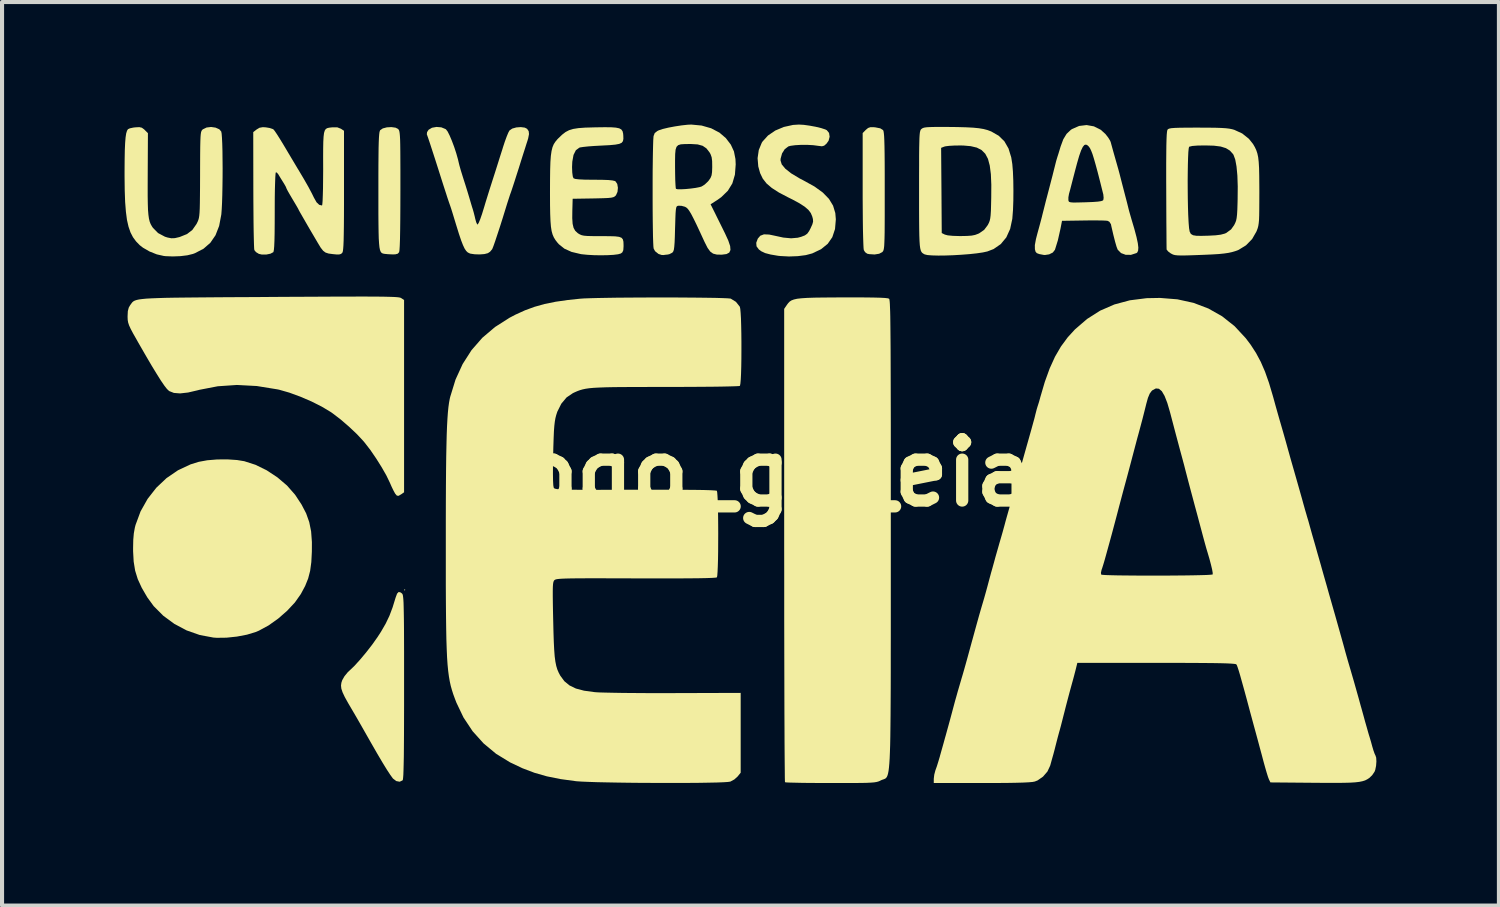
<source format=kicad_pcb>
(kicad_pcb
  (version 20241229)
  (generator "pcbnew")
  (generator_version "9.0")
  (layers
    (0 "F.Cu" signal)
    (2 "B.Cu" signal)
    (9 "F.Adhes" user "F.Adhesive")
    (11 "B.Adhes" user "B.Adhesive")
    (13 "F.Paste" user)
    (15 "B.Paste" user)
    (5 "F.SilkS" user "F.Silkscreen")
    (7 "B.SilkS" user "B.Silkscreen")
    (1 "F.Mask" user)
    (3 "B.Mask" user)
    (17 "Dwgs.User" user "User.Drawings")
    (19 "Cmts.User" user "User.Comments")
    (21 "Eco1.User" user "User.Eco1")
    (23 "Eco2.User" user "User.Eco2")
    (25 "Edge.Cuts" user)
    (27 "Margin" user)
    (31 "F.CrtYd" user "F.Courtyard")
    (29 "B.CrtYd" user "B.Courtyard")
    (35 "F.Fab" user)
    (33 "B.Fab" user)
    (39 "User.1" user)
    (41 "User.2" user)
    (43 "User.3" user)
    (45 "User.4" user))
  (footprint "logo_g2_eia"
    (layer "F.Cu")
    (at 15.581 8.527)
    (property "Reference" "logo_g2_eia" (at 0 0 0) (layer "F.SilkS") (effects (font (size 1.5 1.5) (thickness 0.3))))
    (attr board_only exclude_from_pos_files exclude_from_bom)
    (fp_poly (pts (xy -8.707 2.867) (xy -8.722 2.882) (xy -8.737 2.867) (xy -8.722 2.852)) (stroke (width 0) (type solid)) (fill yes) (layer "F.SilkS"))
    (fp_poly (pts (xy 2.765 -8.462) (xy 2.799 -8.459) (xy 2.922 -8.435) (xy 2.991 -8.392) (xy 2.992 -8.39) (xy 3.002 -8.366) (xy 3.01 -8.319) (xy 3.017 -8.246) (xy 3.022 -8.14) (xy 3.026 -7.999) (xy 3.029 -7.816) (xy 3.031 -7.589) (xy 3.032 -7.311) (xy 3.032 -6.979) (xy 3.032 -6.9) (xy 3.032 -6.569) (xy 3.032 -6.293) (xy 3.031 -6.067) (xy 3.03 -5.885) (xy 3.027 -5.742) (xy 3.023 -5.633) (xy 3.019 -5.553) (xy 3.012 -5.496) (xy 3.004 -5.457) (xy 2.994 -5.432) (xy 2.981 -5.414) (xy 2.972 -5.404) (xy 2.896 -5.364) (xy 2.784 -5.346) (xy 2.656 -5.354) (xy 2.603 -5.365) (xy 2.552 -5.402) (xy 2.52 -5.454) (xy 2.514 -5.5) (xy 2.509 -5.6) (xy 2.504 -5.75) (xy 2.499 -5.943) (xy 2.496 -6.174) (xy 2.494 -6.438) (xy 2.492 -6.729) (xy 2.492 -6.924) (xy 2.492 -8.319) (xy 2.569 -8.397) (xy 2.624 -8.443) (xy 2.681 -8.463)) (stroke (width 0) (type solid)) (fill yes) (layer "F.SilkS"))
    (fp_poly (pts (xy -8.946 -8.451) (xy -8.886 -8.421) (xy -8.873 -8.407) (xy -8.861 -8.388) (xy -8.852 -8.358) (xy -8.845 -8.314) (xy -8.839 -8.249) (xy -8.834 -8.158) (xy -8.831 -8.037) (xy -8.829 -7.879) (xy -8.828 -7.681) (xy -8.827 -7.436) (xy -8.827 -7.139) (xy -8.827 -6.914) (xy -8.828 -6.535) (xy -8.83 -6.208) (xy -8.833 -5.935) (xy -8.837 -5.717) (xy -8.843 -5.554) (xy -8.85 -5.449) (xy -8.858 -5.402) (xy -8.858 -5.402) (xy -8.892 -5.365) (xy -8.953 -5.349) (xy -9.031 -5.348) (xy -9.131 -5.353) (xy -9.214 -5.361) (xy -9.236 -5.365) (xy -9.265 -5.373) (xy -9.29 -5.388) (xy -9.31 -5.414) (xy -9.327 -5.458) (xy -9.34 -5.523) (xy -9.349 -5.614) (xy -9.357 -5.737) (xy -9.361 -5.896) (xy -9.364 -6.096) (xy -9.366 -6.342) (xy -9.366 -6.64) (xy -9.366 -6.929) (xy -9.366 -7.264) (xy -9.365 -7.544) (xy -9.363 -7.773) (xy -9.361 -7.957) (xy -9.357 -8.101) (xy -9.352 -8.21) (xy -9.346 -8.289) (xy -9.339 -8.342) (xy -9.329 -8.375) (xy -9.322 -8.389) (xy -9.258 -8.433) (xy -9.158 -8.459) (xy -9.047 -8.465)) (stroke (width 0) (type solid)) (fill yes) (layer "F.SilkS"))
    (fp_poly (pts (xy -12.826 -0.313) (xy -12.649 -0.284) (xy -12.375 -0.196) (xy -12.1 -0.061) (xy -11.838 0.112) (xy -11.604 0.311) (xy -11.413 0.528) (xy -11.398 0.548) (xy -11.247 0.778) (xy -11.135 0.993) (xy -11.059 1.207) (xy -11.013 1.436) (xy -10.994 1.695) (xy -10.995 1.93) (xy -11.008 2.186) (xy -11.037 2.4) (xy -11.086 2.589) (xy -11.159 2.77) (xy -11.261 2.961) (xy -11.264 2.967) (xy -11.41 3.174) (xy -11.601 3.379) (xy -11.821 3.571) (xy -12.055 3.737) (xy -12.291 3.865) (xy -12.37 3.898) (xy -12.583 3.963) (xy -12.829 4.01) (xy -13.084 4.037) (xy -13.322 4.04) (xy -13.406 4.034) (xy -13.739 3.972) (xy -14.061 3.859) (xy -14.362 3.699) (xy -14.634 3.499) (xy -14.868 3.264) (xy -15.026 3.047) (xy -15.161 2.814) (xy -15.258 2.603) (xy -15.322 2.396) (xy -15.358 2.174) (xy -15.372 1.919) (xy -15.372 1.842) (xy -15.368 1.641) (xy -15.354 1.481) (xy -15.329 1.342) (xy -15.312 1.276) (xy -15.189 0.944) (xy -15.017 0.639) (xy -14.804 0.366) (xy -14.554 0.13) (xy -14.273 -0.062) (xy -13.966 -0.206) (xy -13.764 -0.269) (xy -13.556 -0.307) (xy -13.315 -0.327) (xy -13.063 -0.329)) (stroke (width 0) (type solid)) (fill yes) (layer "F.SilkS"))
    (fp_poly (pts (xy -8.818 2.931) (xy -8.784 2.959) (xy -8.775 2.973) (xy -8.767 2.998) (xy -8.761 3.038) (xy -8.755 3.097) (xy -8.75 3.179) (xy -8.747 3.289) (xy -8.744 3.429) (xy -8.741 3.605) (xy -8.739 3.819) (xy -8.738 4.077) (xy -8.737 4.382) (xy -8.737 4.738) (xy -8.737 5.15) (xy -8.737 5.25) (xy -8.737 5.696) (xy -8.738 6.085) (xy -8.739 6.421) (xy -8.741 6.705) (xy -8.743 6.942) (xy -8.747 7.134) (xy -8.751 7.284) (xy -8.755 7.396) (xy -8.761 7.472) (xy -8.767 7.516) (xy -8.773 7.53) (xy -8.844 7.564) (xy -8.928 7.548) (xy -9.009 7.486) (xy -9.012 7.482) (xy -9.072 7.4) (xy -9.156 7.272) (xy -9.264 7.096) (xy -9.397 6.871) (xy -9.556 6.594) (xy -9.635 6.455) (xy -9.729 6.29) (xy -9.82 6.13) (xy -9.901 5.989) (xy -9.966 5.878) (xy -9.997 5.825) (xy -10.108 5.636) (xy -10.189 5.49) (xy -10.243 5.375) (xy -10.273 5.285) (xy -10.281 5.209) (xy -10.272 5.14) (xy -10.251 5.077) (xy -10.197 4.982) (xy -10.118 4.885) (xy -10.079 4.848) (xy -9.957 4.732) (xy -9.816 4.577) (xy -9.666 4.398) (xy -9.519 4.209) (xy -9.386 4.021) (xy -9.303 3.893) (xy -9.188 3.694) (xy -9.096 3.502) (xy -9.018 3.295) (xy -8.944 3.055) (xy -8.908 2.958) (xy -8.868 2.917)) (stroke (width 0) (type solid)) (fill yes) (layer "F.SilkS"))
    (fp_poly (pts (xy 1.051 -8.52) (xy 1.194 -8.5) (xy 1.341 -8.473) (xy 1.474 -8.441) (xy 1.576 -8.408) (xy 1.614 -8.389) (xy 1.669 -8.321) (xy 1.683 -8.229) (xy 1.657 -8.13) (xy 1.605 -8.058) (xy 1.549 -8.01) (xy 1.494 -7.995) (xy 1.412 -8.005) (xy 1.403 -8.006) (xy 1.282 -8.022) (xy 1.137 -8.03) (xy 0.984 -8.03) (xy 0.842 -8.022) (xy 0.728 -8.007) (xy 0.673 -7.992) (xy 0.585 -7.926) (xy 0.518 -7.82) (xy 0.483 -7.693) (xy 0.48 -7.65) (xy 0.51 -7.552) (xy 0.598 -7.446) (xy 0.742 -7.332) (xy 0.943 -7.211) (xy 1.052 -7.154) (xy 1.312 -7.01) (xy 1.515 -6.863) (xy 1.666 -6.708) (xy 1.767 -6.542) (xy 1.822 -6.36) (xy 1.835 -6.206) (xy 1.815 -5.969) (xy 1.749 -5.77) (xy 1.636 -5.607) (xy 1.473 -5.475) (xy 1.257 -5.372) (xy 1.099 -5.33) (xy 0.903 -5.305) (xy 0.689 -5.297) (xy 0.477 -5.308) (xy 0.42 -5.314) (xy 0.238 -5.345) (xy 0.104 -5.38) (xy 0.007 -5.426) (xy -0.05 -5.469) (xy -0.107 -5.546) (xy -0.114 -5.632) (xy -0.076 -5.734) (xy -0.015 -5.805) (xy 0.075 -5.839) (xy 0.202 -5.834) (xy 0.317 -5.81) (xy 0.548 -5.76) (xy 0.739 -5.742) (xy 0.902 -5.756) (xy 0.985 -5.778) (xy 1.076 -5.813) (xy 1.135 -5.855) (xy 1.183 -5.923) (xy 1.217 -5.989) (xy 1.26 -6.084) (xy 1.278 -6.15) (xy 1.274 -6.213) (xy 1.258 -6.274) (xy 1.222 -6.36) (xy 1.163 -6.438) (xy 1.074 -6.515) (xy 0.948 -6.597) (xy 0.777 -6.69) (xy 0.664 -6.746) (xy 0.441 -6.863) (xy 0.269 -6.973) (xy 0.139 -7.084) (xy 0.046 -7.203) (xy -0.019 -7.338) (xy -0.063 -7.497) (xy -0.064 -7.499) (xy -0.081 -7.704) (xy -0.052 -7.903) (xy 0.02 -8.079) (xy 0.04 -8.111) (xy 0.174 -8.259) (xy 0.351 -8.38) (xy 0.56 -8.468) (xy 0.787 -8.518) (xy 0.931 -8.527)) (stroke (width 0) (type solid)) (fill yes) (layer "F.SilkS"))
    (fp_poly (pts (xy -9.545 -4.315) (xy -9.362 -4.314) (xy -9.213 -4.312) (xy -9.093 -4.309) (xy -8.999 -4.306) (xy -8.928 -4.302) (xy -8.877 -4.297) (xy -8.841 -4.291) (xy -8.818 -4.284) (xy -8.808 -4.278) (xy -8.737 -4.232) (xy -8.737 -1.877) (xy -8.737 0.477) (xy -8.804 0.524) (xy -8.87 0.563) (xy -8.913 0.559) (xy -8.955 0.51) (xy -8.959 0.503) (xy -8.993 0.441) (xy -9.04 0.345) (xy -9.086 0.24) (xy -9.171 0.064) (xy -9.287 -0.139) (xy -9.421 -0.352) (xy -9.562 -0.558) (xy -9.701 -0.738) (xy -9.737 -0.781) (xy -9.895 -0.95) (xy -10.087 -1.131) (xy -10.29 -1.306) (xy -10.486 -1.456) (xy -10.538 -1.492) (xy -10.752 -1.62) (xy -11.004 -1.747) (xy -11.276 -1.864) (xy -11.546 -1.963) (xy -11.794 -2.034) (xy -11.837 -2.043) (xy -12.343 -2.125) (xy -12.83 -2.151) (xy -13.299 -2.119) (xy -13.749 -2.032) (xy -13.786 -2.022) (xy -14.026 -1.966) (xy -14.221 -1.944) (xy -14.373 -1.956) (xy -14.487 -2.001) (xy -14.496 -2.008) (xy -14.543 -2.053) (xy -14.607 -2.135) (xy -14.69 -2.256) (xy -14.793 -2.42) (xy -14.92 -2.628) (xy -15.07 -2.884) (xy -15.246 -3.19) (xy -15.284 -3.258) (xy -15.371 -3.411) (xy -15.431 -3.524) (xy -15.47 -3.609) (xy -15.493 -3.678) (xy -15.504 -3.742) (xy -15.507 -3.814) (xy -15.507 -3.833) (xy -15.501 -3.959) (xy -15.478 -4.046) (xy -15.445 -4.103) (xy -15.424 -4.132) (xy -15.406 -4.157) (xy -15.387 -4.18) (xy -15.362 -4.2) (xy -15.33 -4.217) (xy -15.285 -4.232) (xy -15.226 -4.245) (xy -15.148 -4.255) (xy -15.048 -4.265) (xy -14.922 -4.272) (xy -14.768 -4.278) (xy -14.582 -4.284) (xy -14.359 -4.288) (xy -14.098 -4.291) (xy -13.794 -4.294) (xy -13.444 -4.297) (xy -13.045 -4.3) (xy -12.593 -4.302) (xy -12.085 -4.305) (xy -12.028 -4.306) (xy -11.52 -4.309) (xy -11.069 -4.311) (xy -10.671 -4.313) (xy -10.323 -4.315) (xy -10.022 -4.315) (xy -9.763 -4.316)) (stroke (width 0) (type solid)) (fill yes) (layer "F.SilkS"))
    (fp_poly (pts (xy -13.353 -8.452) (xy -13.262 -8.412) (xy -13.214 -8.357) (xy -13.204 -8.305) (xy -13.196 -8.201) (xy -13.189 -8.056) (xy -13.184 -7.877) (xy -13.182 -7.675) (xy -13.18 -7.457) (xy -13.181 -7.233) (xy -13.184 -7.012) (xy -13.188 -6.802) (xy -13.194 -6.614) (xy -13.202 -6.455) (xy -13.211 -6.334) (xy -13.213 -6.32) (xy -13.265 -6.045) (xy -13.354 -5.817) (xy -13.48 -5.633) (xy -13.647 -5.487) (xy -13.857 -5.378) (xy -13.908 -5.359) (xy -14.043 -5.326) (xy -14.215 -5.305) (xy -14.401 -5.298) (xy -14.58 -5.305) (xy -14.622 -5.31) (xy -14.793 -5.349) (xy -14.971 -5.42) (xy -15.13 -5.512) (xy -15.21 -5.574) (xy -15.3 -5.667) (xy -15.375 -5.769) (xy -15.436 -5.887) (xy -15.484 -6.026) (xy -15.522 -6.192) (xy -15.548 -6.392) (xy -15.567 -6.631) (xy -15.577 -6.916) (xy -15.581 -7.252) (xy -15.581 -7.386) (xy -15.579 -7.669) (xy -15.575 -7.898) (xy -15.567 -8.077) (xy -15.556 -8.213) (xy -15.541 -8.311) (xy -15.521 -8.376) (xy -15.498 -8.413) (xy -15.451 -8.435) (xy -15.367 -8.453) (xy -15.316 -8.459) (xy -15.22 -8.464) (xy -15.158 -8.45) (xy -15.103 -8.41) (xy -15.088 -8.395) (xy -15.009 -8.317) (xy -15.014 -7.315) (xy -15.015 -7.022) (xy -15.015 -6.783) (xy -15.012 -6.59) (xy -15.007 -6.437) (xy -14.997 -6.318) (xy -14.984 -6.225) (xy -14.966 -6.151) (xy -14.943 -6.092) (xy -14.913 -6.038) (xy -14.886 -5.998) (xy -14.76 -5.87) (xy -14.592 -5.781) (xy -14.528 -5.761) (xy -14.436 -5.743) (xy -14.35 -5.746) (xy -14.242 -5.771) (xy -14.226 -5.776) (xy -14.052 -5.846) (xy -13.921 -5.947) (xy -13.821 -6.09) (xy -13.807 -6.117) (xy -13.788 -6.156) (xy -13.773 -6.195) (xy -13.761 -6.239) (xy -13.752 -6.295) (xy -13.745 -6.371) (xy -13.74 -6.472) (xy -13.737 -6.606) (xy -13.735 -6.779) (xy -13.733 -6.998) (xy -13.732 -7.269) (xy -13.732 -7.309) (xy -13.731 -7.587) (xy -13.73 -7.812) (xy -13.728 -7.989) (xy -13.725 -8.124) (xy -13.721 -8.224) (xy -13.715 -8.294) (xy -13.707 -8.342) (xy -13.696 -8.373) (xy -13.683 -8.393) (xy -13.666 -8.409) (xy -13.661 -8.412) (xy -13.572 -8.455) (xy -13.462 -8.468)) (stroke (width 0) (type solid)) (fill yes) (layer "F.SilkS"))
    (fp_poly (pts (xy 2.576 -4.294) (xy 2.776 -4.291) (xy 2.929 -4.287) (xy 3.037 -4.281) (xy 3.106 -4.273) (xy 3.138 -4.263) (xy 3.139 -4.262) (xy 3.145 -4.251) (xy 3.149 -4.228) (xy 3.154 -4.188) (xy 3.158 -4.13) (xy 3.161 -4.052) (xy 3.165 -3.951) (xy 3.168 -3.824) (xy 3.17 -3.67) (xy 3.172 -3.485) (xy 3.174 -3.267) (xy 3.176 -3.015) (xy 3.177 -2.725) (xy 3.178 -2.395) (xy 3.179 -2.023) (xy 3.18 -1.606) (xy 3.181 -1.142) (xy 3.181 -0.628) (xy 3.181 -0.063) (xy 3.181 0.557) (xy 3.181 1.234) (xy 3.181 1.482) (xy 3.181 2.185) (xy 3.181 2.831) (xy 3.181 3.421) (xy 3.181 3.959) (xy 3.18 4.447) (xy 3.18 4.887) (xy 3.179 5.282) (xy 3.177 5.634) (xy 3.175 5.946) (xy 3.172 6.221) (xy 3.169 6.46) (xy 3.165 6.667) (xy 3.159 6.843) (xy 3.153 6.992) (xy 3.145 7.115) (xy 3.136 7.216) (xy 3.126 7.297) (xy 3.114 7.36) (xy 3.101 7.407) (xy 3.086 7.442) (xy 3.069 7.467) (xy 3.051 7.484) (xy 3.03 7.495) (xy 3.008 7.504) (xy 2.983 7.512) (xy 2.956 7.522) (xy 2.943 7.528) (xy 2.907 7.546) (xy 2.871 7.56) (xy 2.827 7.571) (xy 2.771 7.58) (xy 2.695 7.586) (xy 2.594 7.591) (xy 2.46 7.594) (xy 2.287 7.595) (xy 2.068 7.596) (xy 1.798 7.596) (xy 1.71 7.596) (xy 1.459 7.595) (xy 1.227 7.594) (xy 1.02 7.592) (xy 0.847 7.588) (xy 0.713 7.585) (xy 0.625 7.581) (xy 0.591 7.576) (xy 0.59 7.576) (xy 0.588 7.544) (xy 0.586 7.456) (xy 0.585 7.313) (xy 0.583 7.118) (xy 0.581 6.876) (xy 0.579 6.588) (xy 0.578 6.257) (xy 0.576 5.886) (xy 0.575 5.479) (xy 0.574 5.038) (xy 0.573 4.566) (xy 0.572 4.066) (xy 0.571 3.541) (xy 0.571 2.993) (xy 0.571 2.426) (xy 0.57 1.843) (xy 0.57 1.771) (xy 0.57 -4.014) (xy 0.638 -4.114) (xy 0.67 -4.157) (xy 0.705 -4.193) (xy 0.75 -4.222) (xy 0.809 -4.244) (xy 0.889 -4.262) (xy 0.996 -4.274) (xy 1.135 -4.283) (xy 1.313 -4.289) (xy 1.536 -4.292) (xy 1.809 -4.294) (xy 2.015 -4.295) (xy 2.323 -4.295)) (stroke (width 0) (type solid)) (fill yes) (layer "F.SilkS"))
    (fp_poly (pts (xy 4.539 -8.469) (xy 4.807 -8.466) (xy 5.024 -8.46) (xy 5.199 -8.451) (xy 5.338 -8.437) (xy 5.452 -8.418) (xy 5.547 -8.393) (xy 5.634 -8.36) (xy 5.642 -8.357) (xy 5.823 -8.253) (xy 5.962 -8.117) (xy 6.063 -7.941) (xy 6.13 -7.723) (xy 6.156 -7.559) (xy 6.171 -7.376) (xy 6.18 -7.154) (xy 6.183 -6.91) (xy 6.181 -6.664) (xy 6.173 -6.437) (xy 6.158 -6.246) (xy 6.156 -6.219) (xy 6.103 -5.971) (xy 6.009 -5.764) (xy 5.873 -5.6) (xy 5.698 -5.479) (xy 5.545 -5.42) (xy 5.435 -5.396) (xy 5.286 -5.374) (xy 5.11 -5.355) (xy 4.916 -5.34) (xy 4.717 -5.328) (xy 4.523 -5.321) (xy 4.344 -5.319) (xy 4.192 -5.323) (xy 4.077 -5.332) (xy 4.01 -5.348) (xy 4.008 -5.349) (xy 3.978 -5.366) (xy 3.952 -5.384) (xy 3.931 -5.409) (xy 3.914 -5.446) (xy 3.901 -5.499) (xy 3.891 -5.574) (xy 3.884 -5.676) (xy 3.879 -5.811) (xy 3.876 -5.982) (xy 3.874 -6.196) (xy 3.873 -6.458) (xy 3.873 -6.773) (xy 3.873 -6.922) (xy 3.873 -7.254) (xy 3.874 -7.531) (xy 3.874 -7.759) (xy 3.876 -7.942) (xy 3.876 -7.957) (xy 4.413 -7.957) (xy 4.421 -6.914) (xy 4.428 -5.871) (xy 4.504 -5.833) (xy 4.576 -5.814) (xy 4.7 -5.802) (xy 4.865 -5.797) (xy 4.894 -5.797) (xy 5.049 -5.8) (xy 5.16 -5.808) (xy 5.245 -5.825) (xy 5.32 -5.853) (xy 5.344 -5.864) (xy 5.467 -5.949) (xy 5.554 -6.065) (xy 5.581 -6.117) (xy 5.601 -6.167) (xy 5.615 -6.227) (xy 5.625 -6.306) (xy 5.632 -6.415) (xy 5.636 -6.565) (xy 5.64 -6.74) (xy 5.642 -7.054) (xy 5.631 -7.313) (xy 5.604 -7.522) (xy 5.56 -7.687) (xy 5.494 -7.812) (xy 5.403 -7.903) (xy 5.286 -7.963) (xy 5.138 -7.998) (xy 4.958 -8.014) (xy 4.873 -8.015) (xy 4.735 -8.013) (xy 4.612 -8.006) (xy 4.522 -7.995) (xy 4.49 -7.987) (xy 4.413 -7.957) (xy 3.876 -7.957) (xy 3.879 -8.086) (xy 3.882 -8.196) (xy 3.887 -8.276) (xy 3.893 -8.333) (xy 3.902 -8.371) (xy 3.911 -8.396) (xy 3.924 -8.413) (xy 3.931 -8.419) (xy 3.958 -8.438) (xy 3.997 -8.452) (xy 4.058 -8.461) (xy 4.148 -8.466) (xy 4.278 -8.469) (xy 4.455 -8.469)) (stroke (width 0) (type solid)) (fill yes) (layer "F.SilkS"))
    (fp_poly (pts (xy -7.825 -8.459) (xy -7.724 -8.418) (xy -7.71 -8.408) (xy -7.67 -8.356) (xy -7.621 -8.258) (xy -7.566 -8.128) (xy -7.51 -7.979) (xy -7.459 -7.823) (xy -7.417 -7.674) (xy -7.399 -7.596) (xy -7.381 -7.523) (xy -7.349 -7.41) (xy -7.308 -7.277) (xy -7.281 -7.191) (xy -7.233 -7.041) (xy -7.186 -6.89) (xy -7.147 -6.76) (xy -7.132 -6.71) (xy -7.1 -6.601) (xy -7.071 -6.504) (xy -7.055 -6.455) (xy -7.034 -6.382) (xy -7.008 -6.28) (xy -6.995 -6.222) (xy -6.972 -6.138) (xy -6.949 -6.087) (xy -6.937 -6.079) (xy -6.911 -6.118) (xy -6.873 -6.208) (xy -6.828 -6.338) (xy -6.778 -6.5) (xy -6.769 -6.53) (xy -6.741 -6.624) (xy -6.699 -6.759) (xy -6.649 -6.92) (xy -6.594 -7.092) (xy -6.572 -7.161) (xy -6.51 -7.354) (xy -6.444 -7.563) (xy -6.38 -7.766) (xy -6.325 -7.938) (xy -6.317 -7.966) (xy -6.27 -8.109) (xy -6.224 -8.235) (xy -6.184 -8.331) (xy -6.155 -8.383) (xy -6.088 -8.429) (xy -5.988 -8.457) (xy -5.879 -8.465) (xy -5.781 -8.452) (xy -5.725 -8.423) (xy -5.686 -8.366) (xy -5.678 -8.294) (xy -5.698 -8.19) (xy -5.716 -8.13) (xy -5.739 -8.06) (xy -5.775 -7.945) (xy -5.823 -7.796) (xy -5.877 -7.625) (xy -5.928 -7.461) (xy -5.984 -7.287) (xy -6.034 -7.13) (xy -6.077 -6.999) (xy -6.108 -6.906) (xy -6.124 -6.86) (xy -6.143 -6.808) (xy -6.174 -6.712) (xy -6.214 -6.589) (xy -6.246 -6.485) (xy -6.32 -6.245) (xy -6.39 -6.024) (xy -6.454 -5.83) (xy -6.507 -5.67) (xy -6.549 -5.551) (xy -6.577 -5.481) (xy -6.58 -5.475) (xy -6.632 -5.413) (xy -6.685 -5.378) (xy -6.769 -5.356) (xy -6.886 -5.347) (xy -7.009 -5.351) (xy -7.111 -5.366) (xy -7.136 -5.375) (xy -7.179 -5.397) (xy -7.217 -5.434) (xy -7.255 -5.491) (xy -7.295 -5.576) (xy -7.341 -5.694) (xy -7.394 -5.852) (xy -7.458 -6.058) (xy -7.506 -6.215) (xy -7.547 -6.35) (xy -7.584 -6.468) (xy -7.613 -6.554) (xy -7.626 -6.59) (xy -7.642 -6.637) (xy -7.674 -6.731) (xy -7.716 -6.862) (xy -7.767 -7.019) (xy -7.822 -7.191) (xy -7.903 -7.446) (xy -7.978 -7.681) (xy -8.045 -7.887) (xy -8.101 -8.06) (xy -8.145 -8.191) (xy -8.174 -8.273) (xy -8.18 -8.288) (xy -8.174 -8.342) (xy -8.136 -8.4) (xy -8.054 -8.449) (xy -7.943 -8.469)) (stroke (width 0) (type solid)) (fill yes) (layer "F.SilkS"))
    (fp_poly (pts (xy -3.671 -8.461) (xy -3.551 -8.452) (xy -3.469 -8.435) (xy -3.417 -8.406) (xy -3.387 -8.363) (xy -3.373 -8.304) (xy -3.369 -8.253) (xy -3.367 -8.177) (xy -3.378 -8.121) (xy -3.409 -8.081) (xy -3.468 -8.054) (xy -3.564 -8.036) (xy -3.703 -8.023) (xy -3.894 -8.013) (xy -3.914 -8.012) (xy -4.08 -8.003) (xy -4.229 -7.992) (xy -4.35 -7.979) (xy -4.428 -7.967) (xy -4.446 -7.961) (xy -4.531 -7.898) (xy -4.588 -7.784) (xy -4.618 -7.618) (xy -4.624 -7.485) (xy -4.619 -7.352) (xy -4.606 -7.256) (xy -4.588 -7.212) (xy -4.546 -7.196) (xy -4.454 -7.185) (xy -4.31 -7.178) (xy -4.11 -7.176) (xy -4.083 -7.176) (xy -3.883 -7.174) (xy -3.736 -7.169) (xy -3.636 -7.159) (xy -3.576 -7.145) (xy -3.56 -7.136) (xy -3.517 -7.072) (xy -3.501 -6.979) (xy -3.511 -6.879) (xy -3.548 -6.797) (xy -3.555 -6.789) (xy -3.58 -6.766) (xy -3.613 -6.749) (xy -3.664 -6.737) (xy -3.743 -6.729) (xy -3.858 -6.724) (xy -4.019 -6.72) (xy -4.11 -6.718) (xy -4.609 -6.71) (xy -4.617 -6.418) (xy -4.619 -6.233) (xy -4.61 -6.097) (xy -4.587 -5.999) (xy -4.548 -5.928) (xy -4.489 -5.872) (xy -4.475 -5.862) (xy -4.433 -5.837) (xy -4.388 -5.818) (xy -4.331 -5.806) (xy -4.249 -5.799) (xy -4.132 -5.796) (xy -3.97 -5.795) (xy -3.9 -5.795) (xy -3.708 -5.794) (xy -3.569 -5.79) (xy -3.473 -5.778) (xy -3.413 -5.755) (xy -3.38 -5.716) (xy -3.366 -5.659) (xy -3.363 -5.578) (xy -3.363 -5.542) (xy -3.369 -5.451) (xy -3.393 -5.398) (xy -3.43 -5.37) (xy -3.497 -5.351) (xy -3.609 -5.337) (xy -3.755 -5.329) (xy -3.919 -5.326) (xy -4.088 -5.329) (xy -4.249 -5.338) (xy -4.388 -5.352) (xy -4.413 -5.356) (xy -4.636 -5.409) (xy -4.811 -5.488) (xy -4.947 -5.597) (xy -4.979 -5.633) (xy -5.029 -5.697) (xy -5.069 -5.762) (xy -5.1 -5.833) (xy -5.124 -5.919) (xy -5.141 -6.027) (xy -5.152 -6.163) (xy -5.159 -6.336) (xy -5.163 -6.552) (xy -5.164 -6.82) (xy -5.164 -6.898) (xy -5.163 -7.186) (xy -5.16 -7.422) (xy -5.154 -7.611) (xy -5.143 -7.761) (xy -5.126 -7.879) (xy -5.103 -7.972) (xy -5.072 -8.046) (xy -5.031 -8.109) (xy -4.981 -8.169) (xy -4.953 -8.197) (xy -4.865 -8.281) (xy -4.783 -8.344) (xy -4.697 -8.389) (xy -4.595 -8.42) (xy -4.467 -8.44) (xy -4.303 -8.452) (xy -4.091 -8.458) (xy -4.053 -8.459) (xy -3.836 -8.462)) (stroke (width 0) (type solid)) (fill yes) (layer "F.SilkS"))
    (fp_poly (pts (xy -12.123 -8.459) (xy -12.028 -8.443) (xy -11.953 -8.418) (xy -11.934 -8.407) (xy -11.902 -8.367) (xy -11.848 -8.287) (xy -11.777 -8.175) (xy -11.697 -8.044) (xy -11.673 -8.004) (xy -11.581 -7.849) (xy -11.487 -7.691) (xy -11.401 -7.547) (xy -11.335 -7.436) (xy -11.331 -7.431) (xy -11.192 -7.197) (xy -11.081 -7.003) (xy -10.995 -6.841) (xy -10.944 -6.737) (xy -10.88 -6.624) (xy -10.815 -6.562) (xy -10.746 -6.545) (xy -10.739 -6.574) (xy -10.732 -6.658) (xy -10.727 -6.789) (xy -10.722 -6.964) (xy -10.72 -7.176) (xy -10.718 -7.419) (xy -10.718 -7.457) (xy -10.719 -7.725) (xy -10.718 -7.939) (xy -10.715 -8.105) (xy -10.708 -8.23) (xy -10.697 -8.32) (xy -10.679 -8.38) (xy -10.654 -8.418) (xy -10.619 -8.439) (xy -10.574 -8.45) (xy -10.517 -8.457) (xy -10.494 -8.459) (xy -10.372 -8.459) (xy -10.284 -8.425) (xy -10.208 -8.375) (xy -10.208 -6.91) (xy -10.208 -6.564) (xy -10.209 -6.272) (xy -10.211 -6.031) (xy -10.214 -5.837) (xy -10.217 -5.684) (xy -10.222 -5.569) (xy -10.228 -5.486) (xy -10.235 -5.43) (xy -10.244 -5.398) (xy -10.249 -5.39) (xy -10.279 -5.36) (xy -10.324 -5.347) (xy -10.401 -5.347) (xy -10.481 -5.355) (xy -10.586 -5.369) (xy -10.66 -5.393) (xy -10.719 -5.437) (xy -10.778 -5.512) (xy -10.849 -5.629) (xy -10.96 -5.818) (xy -11.063 -5.993) (xy -11.153 -6.149) (xy -11.228 -6.279) (xy -11.283 -6.375) (xy -11.314 -6.431) (xy -11.319 -6.442) (xy -11.333 -6.47) (xy -11.372 -6.538) (xy -11.429 -6.634) (xy -11.469 -6.701) (xy -11.533 -6.81) (xy -11.584 -6.899) (xy -11.614 -6.957) (xy -11.619 -6.971) (xy -11.634 -7.007) (xy -11.672 -7.074) (xy -11.702 -7.122) (xy -11.757 -7.21) (xy -11.803 -7.286) (xy -11.818 -7.311) (xy -11.853 -7.352) (xy -11.878 -7.356) (xy -11.884 -7.323) (xy -11.89 -7.238) (xy -11.895 -7.107) (xy -11.9 -6.937) (xy -11.903 -6.736) (xy -11.904 -6.511) (xy -11.904 -6.389) (xy -11.905 -6.097) (xy -11.907 -5.862) (xy -11.911 -5.679) (xy -11.917 -5.546) (xy -11.925 -5.457) (xy -11.935 -5.41) (xy -11.939 -5.402) (xy -12.009 -5.365) (xy -12.112 -5.344) (xy -12.219 -5.344) (xy -12.293 -5.361) (xy -12.363 -5.404) (xy -12.403 -5.453) (xy -12.408 -5.494) (xy -12.412 -5.588) (xy -12.416 -5.731) (xy -12.42 -5.914) (xy -12.423 -6.134) (xy -12.425 -6.382) (xy -12.427 -6.654) (xy -12.428 -6.926) (xy -12.43 -8.342) (xy -12.347 -8.407) (xy -12.277 -8.449) (xy -12.197 -8.463)) (stroke (width 0) (type solid)) (fill yes) (layer "F.SilkS"))
    (fp_poly (pts (xy 10.945 -8.451) (xy 11.131 -8.449) (xy 11.274 -8.444) (xy 11.384 -8.437) (xy 11.469 -8.427) (xy 11.539 -8.413) (xy 11.591 -8.398) (xy 11.785 -8.309) (xy 11.949 -8.178) (xy 12.051 -8.05) (xy 12.095 -7.974) (xy 12.129 -7.901) (xy 12.156 -7.821) (xy 12.176 -7.728) (xy 12.189 -7.612) (xy 12.198 -7.465) (xy 12.202 -7.28) (xy 12.204 -7.048) (xy 12.205 -6.875) (xy 12.204 -6.635) (xy 12.203 -6.447) (xy 12.201 -6.302) (xy 12.197 -6.192) (xy 12.189 -6.109) (xy 12.179 -6.045) (xy 12.165 -5.991) (xy 12.146 -5.939) (xy 12.133 -5.907) (xy 12.028 -5.724) (xy 11.879 -5.571) (xy 11.699 -5.46) (xy 11.616 -5.428) (xy 11.534 -5.404) (xy 11.446 -5.385) (xy 11.342 -5.37) (xy 11.215 -5.357) (xy 11.054 -5.347) (xy 10.851 -5.338) (xy 10.613 -5.329) (xy 10.431 -5.323) (xy 10.298 -5.321) (xy 10.204 -5.324) (xy 10.139 -5.331) (xy 10.091 -5.344) (xy 10.05 -5.365) (xy 10.035 -5.373) (xy 9.971 -5.421) (xy 9.936 -5.464) (xy 9.934 -5.471) (xy 9.933 -5.508) (xy 9.932 -5.599) (xy 9.931 -5.738) (xy 9.93 -5.919) (xy 9.928 -6.135) (xy 9.927 -6.382) (xy 9.926 -6.652) (xy 9.925 -6.931) (xy 9.924 -7.149) (xy 10.45 -7.149) (xy 10.451 -6.932) (xy 10.453 -6.716) (xy 10.457 -6.509) (xy 10.463 -6.32) (xy 10.471 -6.158) (xy 10.474 -6.111) (xy 10.484 -5.99) (xy 10.499 -5.905) (xy 10.528 -5.849) (xy 10.582 -5.817) (xy 10.668 -5.803) (xy 10.797 -5.802) (xy 10.959 -5.806) (xy 11.132 -5.815) (xy 11.259 -5.831) (xy 11.354 -5.856) (xy 11.393 -5.872) (xy 11.513 -5.96) (xy 11.587 -6.064) (xy 11.614 -6.118) (xy 11.635 -6.172) (xy 11.649 -6.238) (xy 11.659 -6.326) (xy 11.666 -6.447) (xy 11.671 -6.613) (xy 11.673 -6.694) (xy 11.676 -7.009) (xy 11.667 -7.278) (xy 11.646 -7.5) (xy 11.615 -7.669) (xy 11.573 -7.784) (xy 11.56 -7.805) (xy 11.484 -7.889) (xy 11.387 -7.949) (xy 11.259 -7.989) (xy 11.092 -8.01) (xy 10.88 -8.016) (xy 10.692 -8.013) (xy 10.563 -8.003) (xy 10.493 -7.986) (xy 10.484 -7.98) (xy 10.475 -7.941) (xy 10.466 -7.851) (xy 10.46 -7.718) (xy 10.455 -7.551) (xy 10.452 -7.359) (xy 10.45 -7.149) (xy 9.924 -7.149) (xy 9.924 -7.282) (xy 9.924 -7.578) (xy 9.926 -7.821) (xy 9.928 -8.016) (xy 9.932 -8.167) (xy 9.937 -8.277) (xy 9.944 -8.351) (xy 9.952 -8.392) (xy 9.957 -8.402) (xy 9.974 -8.418) (xy 10.005 -8.43) (xy 10.056 -8.439) (xy 10.136 -8.445) (xy 10.251 -8.449) (xy 10.409 -8.451) (xy 10.616 -8.452) (xy 10.709 -8.452)) (stroke (width 0) (type solid)) (fill yes) (layer "F.SilkS"))
    (fp_poly (pts (xy 8.154 -8.483) (xy 8.32 -8.4) (xy 8.435 -8.297) (xy 8.501 -8.213) (xy 8.549 -8.136) (xy 8.565 -8.099) (xy 8.58 -8.043) (xy 8.607 -7.945) (xy 8.642 -7.819) (xy 8.673 -7.71) (xy 8.714 -7.566) (xy 8.752 -7.432) (xy 8.781 -7.325) (xy 8.794 -7.274) (xy 8.814 -7.196) (xy 8.844 -7.079) (xy 8.88 -6.941) (xy 8.901 -6.86) (xy 8.936 -6.726) (xy 8.967 -6.606) (xy 8.989 -6.518) (xy 8.997 -6.485) (xy 9.014 -6.418) (xy 9.043 -6.316) (xy 9.072 -6.215) (xy 9.145 -5.969) (xy 9.197 -5.773) (xy 9.229 -5.623) (xy 9.242 -5.514) (xy 9.236 -5.439) (xy 9.214 -5.393) (xy 9.195 -5.38) (xy 9.062 -5.337) (xy 8.932 -5.338) (xy 8.819 -5.38) (xy 8.739 -5.461) (xy 8.734 -5.47) (xy 8.708 -5.537) (xy 8.673 -5.658) (xy 8.63 -5.827) (xy 8.581 -6.038) (xy 8.571 -6.087) (xy 8.532 -6.147) (xy 8.489 -6.17) (xy 8.437 -6.175) (xy 8.338 -6.179) (xy 8.2 -6.18) (xy 8.037 -6.18) (xy 7.898 -6.178) (xy 7.373 -6.17) (xy 7.335 -5.975) (xy 7.271 -5.691) (xy 7.2 -5.461) (xy 7.148 -5.394) (xy 7.058 -5.349) (xy 6.954 -5.333) (xy 6.92 -5.336) (xy 6.816 -5.356) (xy 6.756 -5.379) (xy 6.726 -5.413) (xy 6.71 -5.47) (xy 6.709 -5.476) (xy 6.708 -5.576) (xy 6.735 -5.724) (xy 6.77 -5.859) (xy 6.81 -6.004) (xy 6.849 -6.149) (xy 6.881 -6.27) (xy 6.889 -6.305) (xy 6.911 -6.392) (xy 6.944 -6.522) (xy 6.984 -6.681) (xy 7.001 -6.744) (xy 7.529 -6.744) (xy 7.529 -6.676) (xy 7.535 -6.65) (xy 7.551 -6.633) (xy 7.586 -6.623) (xy 7.65 -6.618) (xy 7.753 -6.619) (xy 7.903 -6.623) (xy 7.95 -6.624) (xy 8.126 -6.631) (xy 8.25 -6.64) (xy 8.33 -6.652) (xy 8.373 -6.668) (xy 8.384 -6.679) (xy 8.392 -6.734) (xy 8.384 -6.817) (xy 8.379 -6.836) (xy 8.307 -7.124) (xy 8.247 -7.358) (xy 8.196 -7.546) (xy 8.154 -7.693) (xy 8.119 -7.805) (xy 8.087 -7.887) (xy 8.059 -7.946) (xy 8.031 -7.986) (xy 8.003 -8.015) (xy 7.961 -8.037) (xy 7.921 -8.027) (xy 7.882 -7.98) (xy 7.84 -7.893) (xy 7.793 -7.759) (xy 7.74 -7.575) (xy 7.688 -7.379) (xy 7.645 -7.214) (xy 7.606 -7.063) (xy 7.574 -6.939) (xy 7.551 -6.855) (xy 7.544 -6.83) (xy 7.529 -6.744) (xy 7.001 -6.744) (xy 7.03 -6.855) (xy 7.055 -6.95) (xy 7.099 -7.12) (xy 7.14 -7.277) (xy 7.173 -7.409) (xy 7.197 -7.503) (xy 7.205 -7.536) (xy 7.231 -7.638) (xy 7.259 -7.731) (xy 7.285 -7.812) (xy 7.318 -7.92) (xy 7.338 -7.987) (xy 7.404 -8.166) (xy 7.484 -8.298) (xy 7.587 -8.396) (xy 7.618 -8.417) (xy 7.792 -8.493) (xy 7.975 -8.515)) (stroke (width 0) (type solid)) (fill yes) (layer "F.SilkS"))
    (fp_poly (pts (xy -1.452 -8.503) (xy -1.218 -8.436) (xy -1.014 -8.329) (xy -0.858 -8.195) (xy -0.736 -8.035) (xy -0.66 -7.87) (xy -0.623 -7.682) (xy -0.617 -7.551) (xy -0.636 -7.3) (xy -0.699 -7.086) (xy -0.81 -6.905) (xy -0.971 -6.749) (xy -1.069 -6.679) (xy -1.232 -6.575) (xy -1.131 -6.373) (xy -1.074 -6.257) (xy -1.001 -6.11) (xy -0.924 -5.954) (xy -0.879 -5.863) (xy -0.798 -5.686) (xy -0.753 -5.552) (xy -0.745 -5.456) (xy -0.775 -5.392) (xy -0.843 -5.356) (xy -0.951 -5.342) (xy -0.963 -5.341) (xy -1.082 -5.344) (xy -1.171 -5.367) (xy -1.241 -5.418) (xy -1.306 -5.508) (xy -1.375 -5.644) (xy -1.386 -5.667) (xy -1.494 -5.901) (xy -1.581 -6.087) (xy -1.651 -6.229) (xy -1.706 -6.335) (xy -1.751 -6.41) (xy -1.788 -6.461) (xy -1.821 -6.492) (xy -1.853 -6.511) (xy -1.858 -6.514) (xy -1.944 -6.537) (xy -2.016 -6.54) (xy -2.041 -6.535) (xy -2.06 -6.523) (xy -2.073 -6.495) (xy -2.082 -6.444) (xy -2.089 -6.361) (xy -2.094 -6.237) (xy -2.099 -6.065) (xy -2.102 -5.98) (xy -2.107 -5.784) (xy -2.113 -5.639) (xy -2.121 -5.537) (xy -2.13 -5.469) (xy -2.143 -5.426) (xy -2.16 -5.4) (xy -2.175 -5.387) (xy -2.242 -5.353) (xy -2.285 -5.344) (xy -2.354 -5.337) (xy -2.377 -5.332) (xy -2.431 -5.334) (xy -2.505 -5.358) (xy -2.506 -5.358) (xy -2.591 -5.426) (xy -2.626 -5.491) (xy -2.632 -5.539) (xy -2.637 -5.639) (xy -2.642 -5.784) (xy -2.645 -5.966) (xy -2.648 -6.177) (xy -2.65 -6.41) (xy -2.651 -6.657) (xy -2.651 -6.911) (xy -2.651 -7.163) (xy -2.65 -7.407) (xy -2.647 -7.634) (xy -2.647 -7.653) (xy -2.102 -7.653) (xy -2.102 -7.48) (xy -2.1 -7.311) (xy -2.097 -7.164) (xy -2.091 -7.048) (xy -2.085 -6.974) (xy -2.079 -6.953) (xy -2.038 -6.943) (xy -1.953 -6.942) (xy -1.842 -6.948) (xy -1.719 -6.96) (xy -1.6 -6.976) (xy -1.503 -6.995) (xy -1.453 -7.01) (xy -1.375 -7.059) (xy -1.296 -7.134) (xy -1.276 -7.158) (xy -1.233 -7.221) (xy -1.208 -7.283) (xy -1.196 -7.363) (xy -1.192 -7.481) (xy -1.192 -7.502) (xy -1.194 -7.634) (xy -1.206 -7.727) (xy -1.232 -7.8) (xy -1.258 -7.847) (xy -1.334 -7.944) (xy -1.426 -8.007) (xy -1.548 -8.041) (xy -1.713 -8.051) (xy -1.748 -8.051) (xy -1.871 -8.049) (xy -1.962 -8.043) (xy -2.025 -8.023) (xy -2.066 -7.982) (xy -2.089 -7.912) (xy -2.099 -7.805) (xy -2.102 -7.653) (xy -2.647 -7.653) (xy -2.644 -7.837) (xy -2.64 -8.009) (xy -2.636 -8.14) (xy -2.63 -8.225) (xy -2.628 -8.245) (xy -2.6 -8.318) (xy -2.537 -8.368) (xy -2.499 -8.387) (xy -2.402 -8.419) (xy -2.264 -8.452) (xy -2.104 -8.482) (xy -1.94 -8.507) (xy -1.793 -8.523) (xy -1.705 -8.527)) (stroke (width 0) (type solid)) (fill yes) (layer "F.SilkS"))
    (fp_poly (pts (xy -2.091 -4.293) (xy -1.813 -4.291) (xy -1.553 -4.289) (xy -1.318 -4.286) (xy -1.113 -4.283) (xy -0.946 -4.278) (xy -0.824 -4.273) (xy -0.751 -4.267) (xy -0.737 -4.264) (xy -0.611 -4.186) (xy -0.518 -4.069) (xy -0.516 -4.065) (xy -0.505 -4.015) (xy -0.496 -3.916) (xy -0.488 -3.777) (xy -0.483 -3.607) (xy -0.479 -3.414) (xy -0.477 -3.208) (xy -0.477 -2.998) (xy -0.478 -2.791) (xy -0.481 -2.598) (xy -0.486 -2.427) (xy -0.493 -2.286) (xy -0.502 -2.185) (xy -0.512 -2.133) (xy -0.516 -2.128) (xy -0.552 -2.123) (xy -0.643 -2.119) (xy -0.784 -2.115) (xy -0.968 -2.111) (xy -1.191 -2.108) (xy -1.448 -2.106) (xy -1.732 -2.104) (xy -2.039 -2.103) (xy -2.348 -2.102) (xy -2.737 -2.102) (xy -3.07 -2.101) (xy -3.354 -2.1) (xy -3.593 -2.098) (xy -3.792 -2.094) (xy -3.956 -2.088) (xy -4.091 -2.081) (xy -4.201 -2.071) (xy -4.291 -2.058) (xy -4.366 -2.042) (xy -4.432 -2.023) (xy -4.494 -2) (xy -4.556 -1.973) (xy -4.603 -1.951) (xy -4.758 -1.846) (xy -4.887 -1.692) (xy -4.985 -1.496) (xy -5.012 -1.413) (xy -5.031 -1.339) (xy -5.046 -1.253) (xy -5.058 -1.149) (xy -5.068 -1.016) (xy -5.075 -0.847) (xy -5.082 -0.632) (xy -5.086 -0.455) (xy -5.091 -0.187) (xy -5.092 0.032) (xy -5.089 0.197) (xy -5.083 0.308) (xy -5.073 0.362) (xy -5.073 0.363) (xy -5.065 0.374) (xy -5.052 0.384) (xy -5.028 0.392) (xy -4.991 0.399) (xy -4.936 0.404) (xy -4.857 0.409) (xy -4.751 0.412) (xy -4.614 0.414) (xy -4.441 0.416) (xy -4.227 0.416) (xy -3.97 0.417) (xy -3.663 0.416) (xy -3.303 0.415) (xy -3.076 0.415) (xy -2.624 0.414) (xy -2.232 0.414) (xy -1.898 0.416) (xy -1.622 0.418) (xy -1.403 0.421) (xy -1.241 0.426) (xy -1.135 0.432) (xy -1.083 0.438) (xy -1.078 0.441) (xy -1.07 0.479) (xy -1.063 0.568) (xy -1.056 0.7) (xy -1.052 0.867) (xy -1.048 1.06) (xy -1.046 1.27) (xy -1.045 1.489) (xy -1.046 1.709) (xy -1.047 1.921) (xy -1.05 2.115) (xy -1.055 2.285) (xy -1.061 2.421) (xy -1.068 2.516) (xy -1.076 2.559) (xy -1.077 2.56) (xy -1.111 2.567) (xy -1.199 2.573) (xy -1.341 2.578) (xy -1.539 2.582) (xy -1.793 2.584) (xy -2.104 2.586) (xy -2.473 2.586) (xy -2.9 2.585) (xy -3.057 2.585) (xy -3.449 2.584) (xy -3.785 2.583) (xy -4.07 2.582) (xy -4.308 2.583) (xy -4.503 2.584) (xy -4.661 2.586) (xy -4.784 2.589) (xy -4.878 2.593) (xy -4.947 2.598) (xy -4.995 2.604) (xy -5.027 2.612) (xy -5.046 2.621) (xy -5.056 2.628) (xy -5.07 2.647) (xy -5.081 2.675) (xy -5.089 2.721) (xy -5.094 2.789) (xy -5.096 2.887) (xy -5.096 3.02) (xy -5.094 3.197) (xy -5.09 3.423) (xy -5.086 3.598) (xy -5.079 3.895) (xy -5.071 4.139) (xy -5.061 4.337) (xy -5.049 4.496) (xy -5.032 4.624) (xy -5.011 4.728) (xy -4.985 4.815) (xy -4.952 4.892) (xy -4.912 4.967) (xy -4.911 4.968) (xy -4.813 5.102) (xy -4.688 5.205) (xy -4.53 5.282) (xy -4.33 5.335) (xy -4.081 5.369) (xy -4.038 5.373) (xy -3.944 5.378) (xy -3.796 5.382) (xy -3.603 5.386) (xy -3.371 5.39) (xy -3.107 5.392) (xy -2.819 5.394) (xy -2.514 5.395) (xy -2.198 5.395) (xy -2.102 5.394) (xy -0.495 5.389) (xy -0.495 6.366) (xy -0.495 7.343) (xy -0.57 7.436) (xy -0.65 7.508) (xy -0.744 7.559) (xy -0.754 7.562) (xy -0.811 7.57) (xy -0.92 7.577) (xy -1.077 7.583) (xy -1.274 7.587) (xy -1.505 7.591) (xy -1.763 7.593) (xy -2.041 7.594) (xy -2.334 7.594) (xy -2.633 7.593) (xy -2.934 7.592) (xy -3.228 7.589) (xy -3.511 7.585) (xy -3.774 7.58) (xy -4.011 7.575) (xy -4.217 7.568) (xy -4.384 7.561) (xy -4.505 7.553) (xy -4.534 7.55) (xy -4.909 7.499) (xy -5.241 7.432) (xy -5.545 7.345) (xy -5.838 7.234) (xy -6.135 7.093) (xy -6.14 7.091) (xy -6.483 6.881) (xy -6.791 6.625) (xy -7.059 6.327) (xy -7.282 5.991) (xy -7.455 5.629) (xy -7.496 5.522) (xy -7.533 5.421) (xy -7.565 5.32) (xy -7.594 5.217) (xy -7.618 5.108) (xy -7.639 4.987) (xy -7.657 4.852) (xy -7.672 4.698) (xy -7.684 4.521) (xy -7.693 4.316) (xy -7.701 4.081) (xy -7.706 3.81) (xy -7.71 3.501) (xy -7.713 3.147) (xy -7.715 2.747) (xy -7.715 2.295) (xy -7.715 1.787) (xy -7.715 1.726) (xy -7.715 1.196) (xy -7.714 0.721) (xy -7.712 0.299) (xy -7.709 -0.073) (xy -7.705 -0.4) (xy -7.699 -0.685) (xy -7.693 -0.932) (xy -7.685 -1.144) (xy -7.675 -1.325) (xy -7.664 -1.478) (xy -7.651 -1.608) (xy -7.636 -1.717) (xy -7.619 -1.81) (xy -7.607 -1.861) (xy -7.477 -2.283) (xy -7.303 -2.663) (xy -7.085 -3.004) (xy -6.821 -3.306) (xy -6.51 -3.57) (xy -6.152 -3.798) (xy -6.009 -3.873) (xy -5.776 -3.979) (xy -5.544 -4.064) (xy -5.299 -4.133) (xy -5.03 -4.188) (xy -4.723 -4.232) (xy -4.428 -4.263) (xy -4.328 -4.27) (xy -4.181 -4.275) (xy -3.994 -4.28) (xy -3.772 -4.284) (xy -3.523 -4.288) (xy -3.252 -4.29) (xy -2.967 -4.292) (xy -2.675 -4.293) (xy -2.38 -4.293)) (stroke (width 0) (type solid)) (fill yes) (layer "F.SilkS"))
    (fp_poly (pts (xy 10.198 -4.248) (xy 10.594 -4.161) (xy 10.959 -4.022) (xy 11.294 -3.832) (xy 11.599 -3.59) (xy 11.871 -3.297) (xy 11.994 -3.134) (xy 12.125 -2.931) (xy 12.24 -2.716) (xy 12.344 -2.476) (xy 12.441 -2.201) (xy 12.537 -1.878) (xy 12.55 -1.832) (xy 12.596 -1.664) (xy 12.648 -1.479) (xy 12.696 -1.31) (xy 12.715 -1.246) (xy 12.788 -0.993) (xy 12.852 -0.768) (xy 12.903 -0.584) (xy 12.911 -0.555) (xy 12.928 -0.495) (xy 12.957 -0.39) (xy 12.996 -0.253) (xy 13.041 -0.096) (xy 13.06 -0.03) (xy 13.137 0.24) (xy 13.199 0.459) (xy 13.249 0.635) (xy 13.287 0.774) (xy 13.302 0.826) (xy 13.324 0.906) (xy 13.356 1.014) (xy 13.375 1.081) (xy 13.406 1.183) (xy 13.43 1.27) (xy 13.44 1.306) (xy 13.452 1.349) (xy 13.47 1.413) (xy 13.496 1.507) (xy 13.535 1.642) (xy 13.568 1.756) (xy 13.588 1.827) (xy 13.62 1.942) (xy 13.662 2.088) (xy 13.709 2.252) (xy 13.734 2.342) (xy 13.79 2.54) (xy 13.852 2.756) (xy 13.911 2.967) (xy 13.963 3.148) (xy 13.973 3.183) (xy 14.067 3.512) (xy 14.144 3.786) (xy 14.207 4.009) (xy 14.256 4.184) (xy 14.291 4.312) (xy 14.306 4.368) (xy 14.333 4.464) (xy 14.37 4.595) (xy 14.413 4.741) (xy 14.436 4.819) (xy 14.472 4.943) (xy 14.521 5.111) (xy 14.576 5.306) (xy 14.635 5.515) (xy 14.692 5.723) (xy 14.696 5.735) (xy 14.748 5.922) (xy 14.795 6.094) (xy 14.837 6.24) (xy 14.868 6.351) (xy 14.887 6.416) (xy 14.89 6.425) (xy 14.911 6.493) (xy 14.941 6.595) (xy 14.968 6.695) (xy 14.999 6.799) (xy 15.028 6.88) (xy 15.047 6.919) (xy 15.066 6.975) (xy 15.071 7.068) (xy 15.063 7.174) (xy 15.043 7.273) (xy 15.025 7.32) (xy 14.967 7.405) (xy 14.897 7.472) (xy 14.848 7.504) (xy 14.795 7.531) (xy 14.732 7.551) (xy 14.654 7.567) (xy 14.553 7.579) (xy 14.423 7.587) (xy 14.258 7.591) (xy 14.052 7.592) (xy 13.797 7.592) (xy 13.526 7.59) (xy 12.476 7.581) (xy 12.439 7.505) (xy 12.417 7.447) (xy 12.385 7.345) (xy 12.347 7.214) (xy 12.307 7.07) (xy 12.262 6.899) (xy 12.213 6.719) (xy 12.169 6.554) (xy 12.142 6.455) (xy 12.104 6.315) (xy 12.057 6.143) (xy 12.009 5.965) (xy 11.979 5.855) (xy 11.899 5.555) (xy 11.832 5.309) (xy 11.777 5.112) (xy 11.734 4.958) (xy 11.7 4.844) (xy 11.674 4.765) (xy 11.656 4.715) (xy 11.642 4.691) (xy 11.642 4.691) (xy 11.624 4.683) (xy 11.579 4.677) (xy 11.504 4.671) (xy 11.396 4.666) (xy 11.251 4.662) (xy 11.065 4.659) (xy 10.835 4.657) (xy 10.557 4.655) (xy 10.228 4.654) (xy 9.844 4.654) (xy 9.68 4.654) (xy 7.748 4.654) (xy 7.717 4.781) (xy 7.702 4.841) (xy 7.687 4.898) (xy 7.67 4.964) (xy 7.647 5.05) (xy 7.614 5.169) (xy 7.57 5.33) (xy 7.554 5.389) (xy 7.511 5.551) (xy 7.464 5.731) (xy 7.423 5.893) (xy 7.417 5.915) (xy 7.381 6.057) (xy 7.344 6.201) (xy 7.312 6.319) (xy 7.307 6.335) (xy 7.271 6.467) (xy 7.234 6.61) (xy 7.22 6.665) (xy 7.191 6.78) (xy 7.162 6.889) (xy 7.149 6.935) (xy 7.121 7.034) (xy 7.09 7.147) (xy 7.082 7.173) (xy 7.016 7.314) (xy 6.908 7.439) (xy 6.775 7.532) (xy 6.706 7.559) (xy 6.649 7.57) (xy 6.553 7.578) (xy 6.414 7.585) (xy 6.229 7.59) (xy 5.993 7.594) (xy 5.705 7.595) (xy 5.408 7.596) (xy 4.233 7.596) (xy 4.233 7.492) (xy 4.245 7.391) (xy 4.273 7.285) (xy 4.277 7.274) (xy 4.308 7.188) (xy 4.345 7.069) (xy 4.383 6.942) (xy 4.384 6.935) (xy 4.423 6.796) (xy 4.47 6.63) (xy 4.514 6.47) (xy 4.523 6.44) (xy 4.565 6.287) (xy 4.603 6.15) (xy 4.641 6.01) (xy 4.685 5.846) (xy 4.727 5.689) (xy 4.754 5.588) (xy 4.784 5.483) (xy 4.818 5.361) (xy 4.862 5.211) (xy 4.918 5.019) (xy 4.942 4.939) (xy 4.972 4.835) (xy 5.014 4.686) (xy 5.064 4.506) (xy 5.118 4.308) (xy 5.173 4.106) (xy 5.18 4.083) (xy 5.235 3.882) (xy 5.29 3.683) (xy 5.341 3.5) (xy 5.385 3.347) (xy 5.417 3.237) (xy 5.42 3.228) (xy 5.466 3.072) (xy 5.515 2.898) (xy 5.556 2.747) (xy 5.589 2.622) (xy 5.62 2.508) (xy 5.636 2.447) (xy 8.326 2.447) (xy 8.332 2.492) (xy 8.365 2.498) (xy 8.45 2.504) (xy 8.581 2.508) (xy 8.75 2.512) (xy 8.949 2.514) (xy 9.172 2.516) (xy 9.411 2.517) (xy 9.658 2.517) (xy 9.906 2.517) (xy 10.148 2.515) (xy 10.377 2.513) (xy 10.584 2.51) (xy 10.764 2.506) (xy 10.907 2.502) (xy 11.008 2.496) (xy 11.058 2.49) (xy 11.062 2.488) (xy 11.063 2.452) (xy 11.049 2.369) (xy 11.021 2.251) (xy 10.983 2.108) (xy 10.937 1.951) (xy 10.928 1.922) (xy 10.905 1.845) (xy 10.873 1.73) (xy 10.837 1.598) (xy 10.823 1.546) (xy 10.789 1.418) (xy 10.744 1.25) (xy 10.694 1.062) (xy 10.643 0.873) (xy 10.626 0.811) (xy 10.576 0.623) (xy 10.524 0.429) (xy 10.476 0.248) (xy 10.437 0.099) (xy 10.427 0.06) (xy 10.392 -0.074) (xy 10.361 -0.196) (xy 10.336 -0.287) (xy 10.329 -0.315) (xy 10.301 -0.418) (xy 10.261 -0.565) (xy 10.213 -0.745) (xy 10.16 -0.943) (xy 10.106 -1.148) (xy 10.054 -1.346) (xy 10.018 -1.483) (xy 9.951 -1.712) (xy 9.884 -1.883) (xy 9.817 -1.998) (xy 9.746 -2.058) (xy 9.672 -2.066) (xy 9.591 -2.024) (xy 9.568 -2.004) (xy 9.521 -1.94) (xy 9.477 -1.835) (xy 9.434 -1.68) (xy 9.431 -1.666) (xy 9.391 -1.506) (xy 9.344 -1.321) (xy 9.298 -1.148) (xy 9.288 -1.111) (xy 9.248 -0.962) (xy 9.212 -0.832) (xy 9.178 -0.703) (xy 9.14 -0.559) (xy 9.094 -0.385) (xy 9.056 -0.24) (xy 9.011 -0.071) (xy 8.96 0.12) (xy 8.912 0.297) (xy 8.903 0.33) (xy 8.864 0.474) (xy 8.817 0.652) (xy 8.766 0.843) (xy 8.72 1.02) (xy 8.658 1.253) (xy 8.598 1.478) (xy 8.534 1.713) (xy 8.461 1.977) (xy 8.418 2.132) (xy 8.386 2.24) (xy 8.356 2.336) (xy 8.341 2.378) (xy 8.326 2.447) (xy 5.636 2.447) (xy 5.642 2.427) (xy 5.645 2.417) (xy 5.668 2.336) (xy 5.698 2.227) (xy 5.716 2.162) (xy 5.745 2.055) (xy 5.785 1.916) (xy 5.827 1.769) (xy 5.839 1.726) (xy 5.88 1.586) (xy 5.92 1.447) (xy 5.951 1.334) (xy 5.959 1.306) (xy 5.99 1.189) (xy 6.028 1.053) (xy 6.05 0.976) (xy 6.082 0.863) (xy 6.111 0.759) (xy 6.126 0.706) (xy 6.14 0.654) (xy 6.168 0.554) (xy 6.208 0.411) (xy 6.257 0.235) (xy 6.314 0.033) (xy 6.376 -0.186) (xy 6.395 -0.255) (xy 6.472 -0.529) (xy 6.535 -0.752) (xy 6.585 -0.929) (xy 6.624 -1.067) (xy 6.653 -1.173) (xy 6.675 -1.253) (xy 6.692 -1.313) (xy 6.704 -1.36) (xy 6.714 -1.4) (xy 6.723 -1.438) (xy 6.728 -1.456) (xy 6.753 -1.554) (xy 6.779 -1.64) (xy 6.783 -1.651) (xy 6.808 -1.73) (xy 6.836 -1.829) (xy 6.84 -1.846) (xy 6.952 -2.227) (xy 7.071 -2.556) (xy 7.201 -2.842) (xy 7.347 -3.093) (xy 7.513 -3.318) (xy 7.689 -3.51) (xy 7.985 -3.766) (xy 8.306 -3.97) (xy 8.655 -4.122) (xy 9.034 -4.224) (xy 9.445 -4.276) (xy 9.773 -4.282)) (stroke (width 0) (type solid)) (fill yes) (layer "F.SilkS")))
  (gr_rect
    (start -3 -3)
    (end 33.652 19.123)
    (stroke (width 0.1) (type default))
    (fill no)
    (layer "Edge.Cuts")))
</source>
